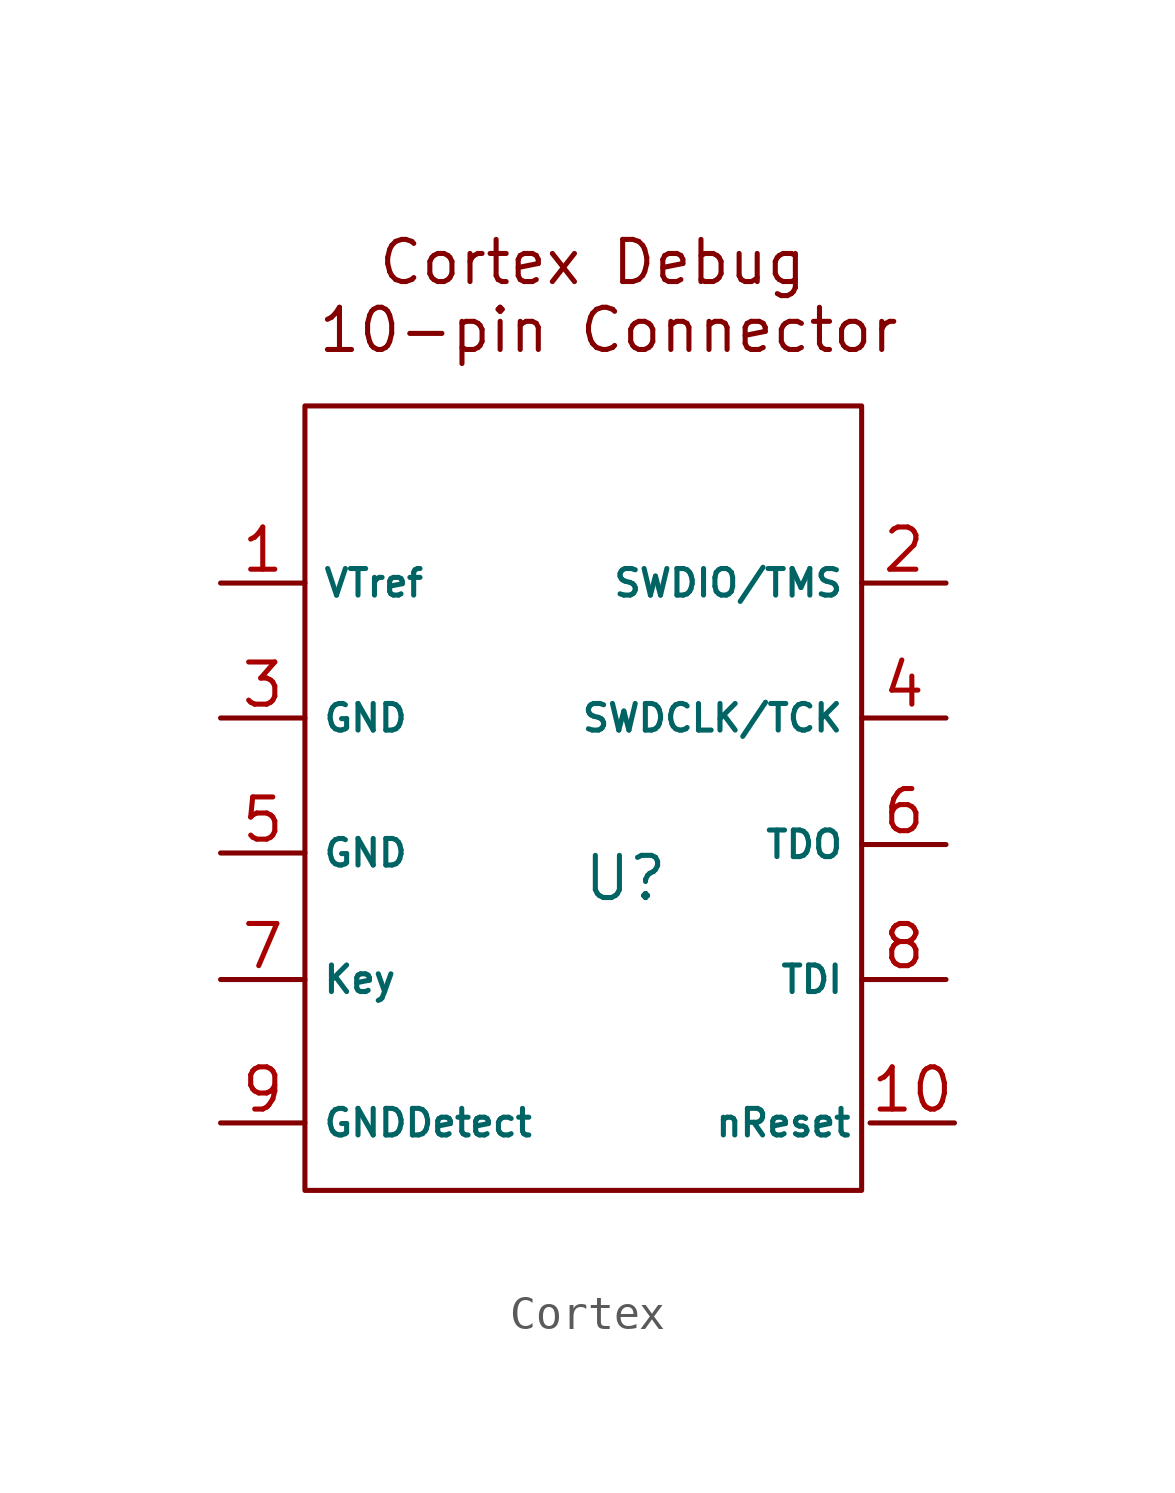
<source format=kicad_sym>
(kicad_symbol_lib
  (version 20220914)
  (generator kicad_symbol_editor)
  (symbol "Cortex"
    (property "Reference" "U"
      (at 0.254 0.254 0)
      (effects (font (size 1.27 1.27))))
    (property "Value" ""
      (at 0.254 0.254 0)
      (effects (font (size 1.27 1.27))))
    (symbol "Cortex_0_1"
      (rectangle (start -9.398 14.478) (end 7.366 -9.144) (stroke (width 0) (type default)) (fill (type none))))
    (symbol "Cortex_1_1"
      (text "Cortex Debug \n10-pin Connector\n" (at -0.254 17.78 0) (effects (font (size 1.27 1.27))))
      (pin power_in line (at -11.938 9.144 0) (length 2.54) (name "VTref" (effects (font (size 0.8 0.8)))) (number "1" (effects (font (size 1.27 1.27)))))
      (pin input line (at 10.16 -7.112 180) (length 2.54) (name "nReset" (effects (font (size 0.8 0.8)))) (number "10" (effects (font (size 1.27 1.27)))))
      (pin bidirectional line (at 9.906 9.144 180) (length 2.54) (name "SWDIO/TMS" (effects (font (size 0.8 0.8)))) (number "2" (effects (font (size 1.27 1.27)))))
      (pin passive line (at -11.938 5.08 0) (length 2.54) (name "GND" (effects (font (size 0.8 0.8)))) (number "3" (effects (font (size 1.27 1.27)))))
      (pin input line (at 9.906 5.08 180) (length 2.54) (name "SWDCLK/TCK" (effects (font (size 0.8 0.8)))) (number "4" (effects (font (size 1.27 1.27)))))
      (pin passive line (at -11.938 1.016 0) (length 2.54) (name "GND" (effects (font (size 0.8 0.8)))) (number "5" (effects (font (size 1.27 1.27)))))
      (pin output line (at 9.906 1.27 180) (length 2.54) (name "TDO" (effects (font (size 0.8 0.8)))) (number "6" (effects (font (size 1.27 1.27)))))
      (pin passive line (at -11.938 -2.794 0) (length 2.54) (name "Key" (effects (font (size 0.8 0.8)))) (number "7" (effects (font (size 1.27 1.27)))))
      (pin input line (at 9.906 -2.794 180) (length 2.54) (name "TDI" (effects (font (size 0.8 0.8)))) (number "8" (effects (font (size 1.27 1.27)))))
      (pin passive line (at -11.938 -7.112 0) (length 2.54) (name "GNDDetect" (effects (font (size 0.8 0.8)))) (number "9" (effects (font (size 1.27 1.27))))))))
</source>
